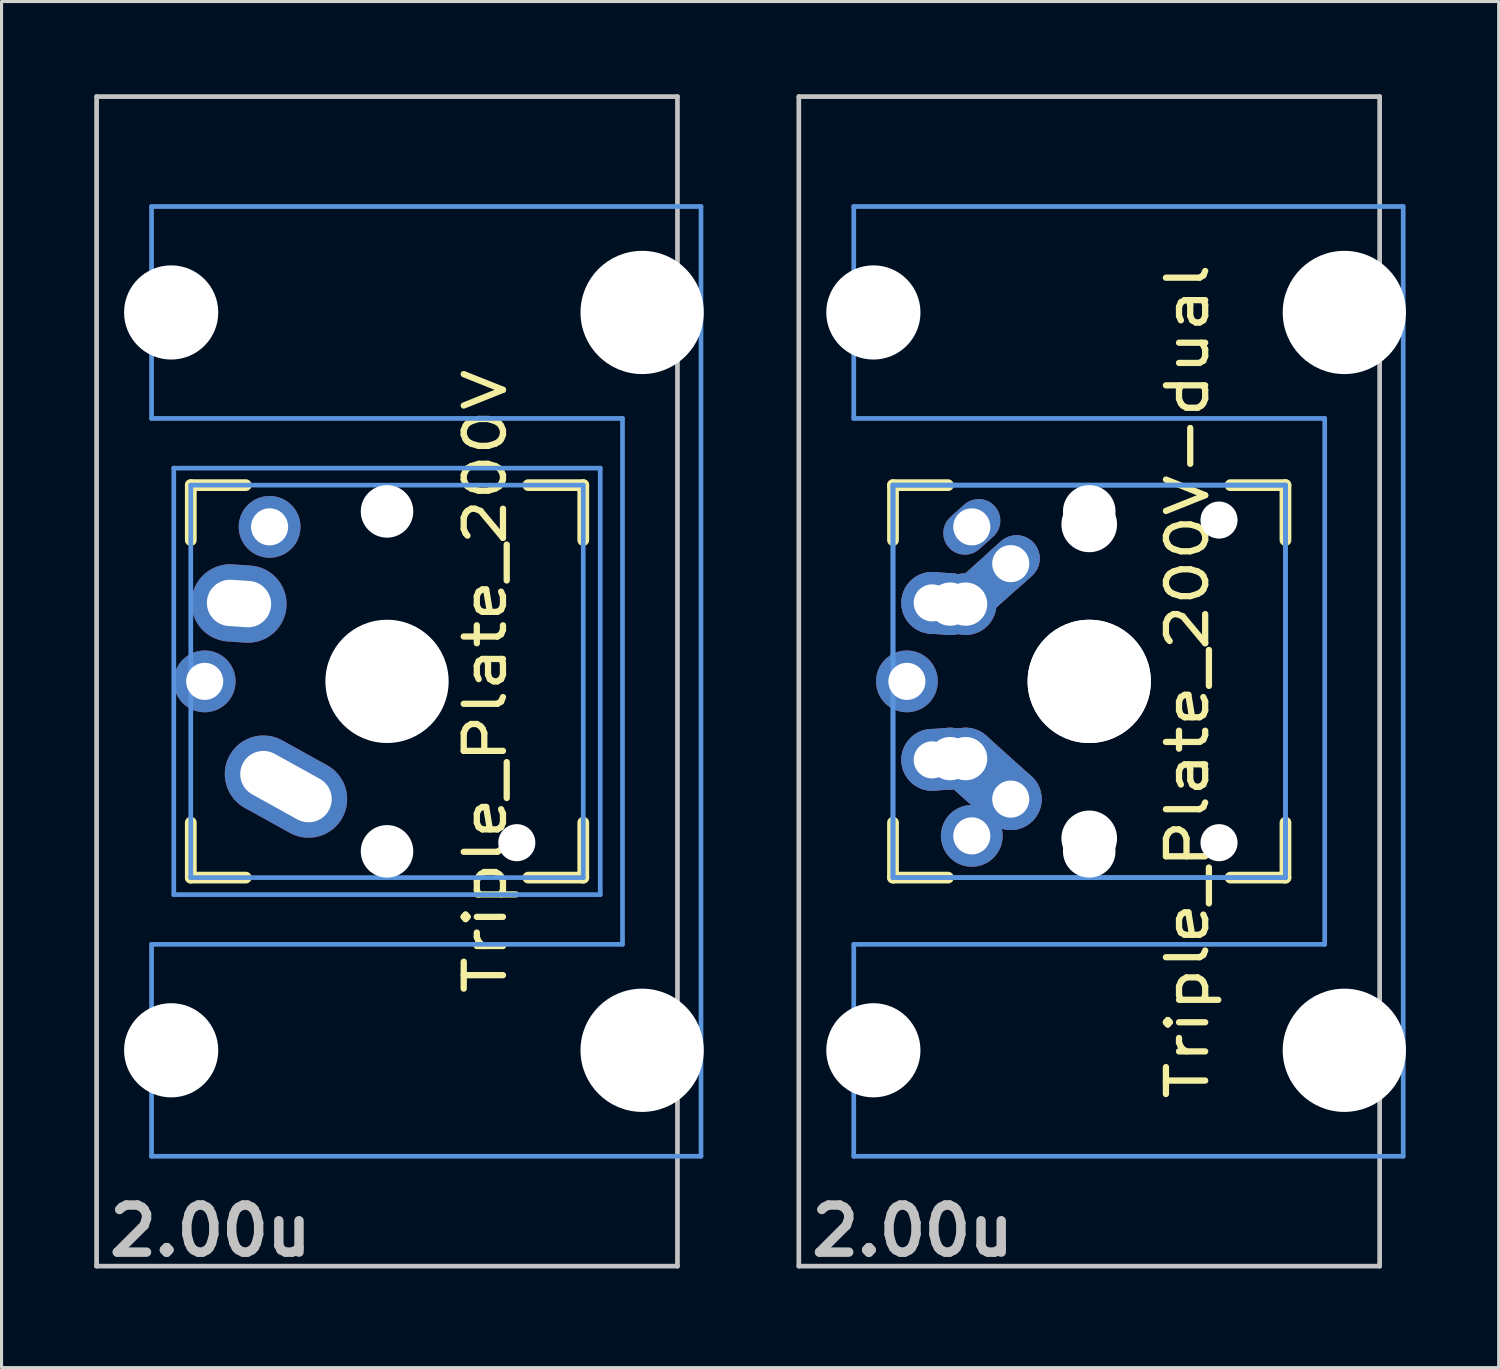
<source format=kicad_pcb>
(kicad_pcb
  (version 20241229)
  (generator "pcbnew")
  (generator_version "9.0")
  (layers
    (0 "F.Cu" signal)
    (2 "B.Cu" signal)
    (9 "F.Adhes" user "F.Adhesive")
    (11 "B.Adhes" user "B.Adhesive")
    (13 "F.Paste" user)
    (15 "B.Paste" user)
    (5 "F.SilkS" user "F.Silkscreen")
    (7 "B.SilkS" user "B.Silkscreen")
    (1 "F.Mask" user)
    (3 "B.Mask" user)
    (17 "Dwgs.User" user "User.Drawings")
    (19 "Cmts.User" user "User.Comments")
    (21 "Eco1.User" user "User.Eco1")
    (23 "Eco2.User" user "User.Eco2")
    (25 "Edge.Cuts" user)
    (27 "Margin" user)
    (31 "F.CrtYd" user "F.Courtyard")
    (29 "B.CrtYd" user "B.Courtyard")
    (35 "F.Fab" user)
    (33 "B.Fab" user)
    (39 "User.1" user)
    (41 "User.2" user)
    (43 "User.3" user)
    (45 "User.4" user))
  (footprint "Triple_Plate_200V-dual"
    (layer "F.Cu")
    (at 32.197 18.999)
    (property "Reference" "Triple_Plate_200V-dual" (at 3.175 0 90) (layer "F.SilkS") (effects (font (size 1.27 1.524) (thickness 0.203))))
    (attr through_hole)
    (fp_line (start -6.35 -6.35) (end -4.572 -6.35) (stroke (width 0.381) (type solid)) (layer "F.SilkS"))
    (fp_line (start -6.35 -4.572) (end -6.35 -6.35) (stroke (width 0.381) (type solid)) (layer "F.SilkS"))
    (fp_line (start -6.35 6.35) (end -6.35 4.572) (stroke (width 0.381) (type solid)) (layer "F.SilkS"))
    (fp_line (start -4.572 6.35) (end -6.35 6.35) (stroke (width 0.381) (type solid)) (layer "F.SilkS"))
    (fp_line (start 4.572 -6.35) (end 6.35 -6.35) (stroke (width 0.381) (type solid)) (layer "F.SilkS"))
    (fp_line (start 6.35 -6.35) (end 6.35 -4.572) (stroke (width 0.381) (type solid)) (layer "F.SilkS"))
    (fp_line (start 6.35 4.572) (end 6.35 6.35) (stroke (width 0.381) (type solid)) (layer "F.SilkS"))
    (fp_line (start 6.35 6.35) (end 4.572 6.35) (stroke (width 0.381) (type solid)) (layer "F.SilkS"))
    (fp_line (start -9.398 -18.923) (end 9.398 -18.923) (stroke (width 0.152) (type solid)) (layer "Dwgs.User"))
    (fp_line (start -9.398 18.923) (end -9.398 -18.923) (stroke (width 0.152) (type solid)) (layer "Dwgs.User"))
    (fp_line (start 9.398 -18.923) (end 9.398 18.923) (stroke (width 0.152) (type solid)) (layer "Dwgs.User"))
    (fp_line (start 9.398 18.923) (end -9.398 18.923) (stroke (width 0.152) (type solid)) (layer "Dwgs.User"))
    (fp_line (start -7.62 -15.367) (end -7.62 -8.509) (stroke (width 0.152) (type solid)) (layer "Cmts.User"))
    (fp_line (start -7.62 -8.509) (end 7.62 -8.509) (stroke (width 0.152) (type solid)) (layer "Cmts.User"))
    (fp_line (start -7.62 8.509) (end -7.62 15.367) (stroke (width 0.152) (type solid)) (layer "Cmts.User"))
    (fp_line (start -7.62 15.367) (end 10.16 15.367) (stroke (width 0.152) (type solid)) (layer "Cmts.User"))
    (fp_line (start -6.35 -6.35) (end 6.35 -6.35) (stroke (width 0.152) (type solid)) (layer "Cmts.User"))
    (fp_line (start -6.35 -6.35) (end 6.35 -6.35) (stroke (width 0.152) (type solid)) (layer "Cmts.User"))
    (fp_line (start -6.35 6.35) (end -6.35 -6.35) (stroke (width 0.152) (type solid)) (layer "Cmts.User"))
    (fp_line (start -6.35 6.35) (end -6.35 -6.35) (stroke (width 0.152) (type solid)) (layer "Cmts.User"))
    (fp_line (start 6.35 -6.35) (end 6.35 6.35) (stroke (width 0.152) (type solid)) (layer "Cmts.User"))
    (fp_line (start 6.35 -6.35) (end 6.35 6.35) (stroke (width 0.152) (type solid)) (layer "Cmts.User"))
    (fp_line (start 6.35 6.35) (end -6.35 6.35) (stroke (width 0.152) (type solid)) (layer "Cmts.User"))
    (fp_line (start 6.35 6.35) (end -6.35 6.35) (stroke (width 0.152) (type solid)) (layer "Cmts.User"))
    (fp_line (start 7.62 -8.509) (end 7.62 8.509) (stroke (width 0.152) (type solid)) (layer "Cmts.User"))
    (fp_line (start 7.62 8.509) (end -7.62 8.509) (stroke (width 0.152) (type solid)) (layer "Cmts.User"))
    (fp_line (start 10.16 -15.367) (end -7.62 -15.367) (stroke (width 0.152) (type solid)) (layer "Cmts.User"))
    (fp_line (start 10.16 15.367) (end 10.16 -15.367) (stroke (width 0.152) (type solid)) (layer "Cmts.User"))
    (fp_line (start -7.5 -7.5) (end 7.5 -7.5) (stroke (width 0.152) (type solid)) (layer "Eco2.User"))
    (fp_line (start -7.5 7.5) (end -7.5 -7.5) (stroke (width 0.152) (type solid)) (layer "Eco2.User"))
    (fp_line (start -6.985 -6.985) (end -4.877 -6.985) (stroke (width 0.152) (type solid)) (layer "Eco2.User"))
    (fp_line (start -6.985 -6.985) (end 6.985 -6.985) (stroke (width 0.152) (type solid)) (layer "Eco2.User"))
    (fp_line (start -6.985 6.985) (end -6.985 -6.985) (stroke (width 0.152) (type solid)) (layer "Eco2.User"))
    (fp_line (start -6.985 6.985) (end -6.985 -6.985) (stroke (width 0.152) (type solid)) (layer "Eco2.User"))
    (fp_line (start -5.69 -15.265) (end -2.286 -15.265) (stroke (width 0.152) (type solid)) (layer "Eco2.User"))
    (fp_line (start -5.69 -8.611) (end -5.69 -15.265) (stroke (width 0.152) (type solid)) (layer "Eco2.User"))
    (fp_line (start -5.69 8.611) (end -4.877 8.611) (stroke (width 0.152) (type solid)) (layer "Eco2.User"))
    (fp_line (start -5.69 15.265) (end -5.69 8.611) (stroke (width 0.152) (type solid)) (layer "Eco2.User"))
    (fp_line (start -4.877 -8.611) (end -5.69 -8.611) (stroke (width 0.152) (type solid)) (layer "Eco2.User"))
    (fp_line (start -4.877 -6.985) (end -4.877 -8.611) (stroke (width 0.152) (type solid)) (layer "Eco2.User"))
    (fp_line (start -4.877 6.985) (end -6.985 6.985) (stroke (width 0.152) (type solid)) (layer "Eco2.User"))
    (fp_line (start -4.877 8.611) (end -4.877 6.985) (stroke (width 0.152) (type solid)) (layer "Eco2.User"))
    (fp_line (start -2.286 -16.129) (end 0.508 -16.129) (stroke (width 0.152) (type solid)) (layer "Eco2.User"))
    (fp_line (start -2.286 -15.265) (end -2.286 -16.129) (stroke (width 0.152) (type solid)) (layer "Eco2.User"))
    (fp_line (start -2.286 15.265) (end -5.69 15.265) (stroke (width 0.152) (type solid)) (layer "Eco2.User"))
    (fp_line (start -2.286 16.129) (end -2.286 15.265) (stroke (width 0.152) (type solid)) (layer "Eco2.User"))
    (fp_line (start 0.508 -16.129) (end 0.508 -15.265) (stroke (width 0.152) (type solid)) (layer "Eco2.User"))
    (fp_line (start 0.508 -15.265) (end 6.604 -15.265) (stroke (width 0.152) (type solid)) (layer "Eco2.User"))
    (fp_line (start 0.508 15.265) (end 0.508 16.129) (stroke (width 0.152) (type solid)) (layer "Eco2.User"))
    (fp_line (start 0.508 16.129) (end -2.286 16.129) (stroke (width 0.152) (type solid)) (layer "Eco2.User"))
    (fp_line (start 5.817 -8.611) (end 5.817 -6.985) (stroke (width 0.152) (type solid)) (layer "Eco2.User"))
    (fp_line (start 5.817 -6.985) (end 6.985 -6.985) (stroke (width 0.152) (type solid)) (layer "Eco2.User"))
    (fp_line (start 5.817 6.985) (end 5.817 8.611) (stroke (width 0.152) (type solid)) (layer "Eco2.User"))
    (fp_line (start 5.817 8.611) (end 6.604 8.611) (stroke (width 0.152) (type solid)) (layer "Eco2.User"))
    (fp_line (start 6.604 -15.265) (end 6.604 -14.224) (stroke (width 0.152) (type solid)) (layer "Eco2.User"))
    (fp_line (start 6.604 -14.224) (end 7.772 -14.224) (stroke (width 0.152) (type solid)) (layer "Eco2.User"))
    (fp_line (start 6.604 -9.652) (end 6.604 -8.611) (stroke (width 0.152) (type solid)) (layer "Eco2.User"))
    (fp_line (start 6.604 -8.611) (end 5.817 -8.611) (stroke (width 0.152) (type solid)) (layer "Eco2.User"))
    (fp_line (start 6.604 8.611) (end 6.604 9.652) (stroke (width 0.152) (type solid)) (layer "Eco2.User"))
    (fp_line (start 6.604 9.652) (end 7.772 9.652) (stroke (width 0.152) (type solid)) (layer "Eco2.User"))
    (fp_line (start 6.604 14.224) (end 6.604 15.265) (stroke (width 0.152) (type solid)) (layer "Eco2.User"))
    (fp_line (start 6.604 15.265) (end 0.508 15.265) (stroke (width 0.152) (type solid)) (layer "Eco2.User"))
    (fp_line (start 6.985 -6.985) (end 6.985 6.985) (stroke (width 0.152) (type solid)) (layer "Eco2.User"))
    (fp_line (start 6.985 -6.985) (end 6.985 6.985) (stroke (width 0.152) (type solid)) (layer "Eco2.User"))
    (fp_line (start 6.985 6.985) (end -6.985 6.985) (stroke (width 0.152) (type solid)) (layer "Eco2.User"))
    (fp_line (start 6.985 6.985) (end 5.817 6.985) (stroke (width 0.152) (type solid)) (layer "Eco2.User"))
    (fp_line (start 7.5 -7.5) (end 7.5 7.5) (stroke (width 0.152) (type solid)) (layer "Eco2.User"))
    (fp_line (start 7.5 7.5) (end -7.5 7.5) (stroke (width 0.152) (type solid)) (layer "Eco2.User"))
    (fp_line (start 7.772 -14.224) (end 7.772 -9.652) (stroke (width 0.152) (type solid)) (layer "Eco2.User"))
    (fp_line (start 7.772 -9.652) (end 6.604 -9.652) (stroke (width 0.152) (type solid)) (layer "Eco2.User"))
    (fp_line (start 7.772 9.652) (end 7.772 14.224) (stroke (width 0.152) (type solid)) (layer "Eco2.User"))
    (fp_line (start 7.772 14.224) (end 6.604 14.224) (stroke (width 0.152) (type solid)) (layer "Eco2.User"))
    (fp_text user "2.00u" (at -5.715 17.78 0) (layer "Dwgs.User") (effects (font (size 1.524 1.524) (thickness 0.305))))
    (pad "" np_thru_hole circle (at -6.985 -11.938 90) (size 3.048 3.048) (drill 3.048) (layers "*.Cu"))
    (pad "" np_thru_hole circle (at -6.985 11.938 90) (size 3.048 3.048) (drill 3.048) (layers "*.Cu"))
    (pad "" np_thru_hole circle (at 0 -5.5 90) (size 1.7 1.7) (drill 1.7) (layers "*.Cu"))
    (pad "" np_thru_hole circle (at 0 -5.08 90) (size 1.8 1.8) (drill 1.8) (layers "*.Cu"))
    (pad "" np_thru_hole circle (at 0 0 90) (size 3.988 3.988) (drill 3.988) (layers "*.Cu"))
    (pad "" np_thru_hole circle (at 0 0 90) (size 3.988 3.988) (drill 3.988) (layers "*.Cu"))
    (pad "" np_thru_hole circle (at 0 5.08 90) (size 1.8 1.8) (drill 1.8) (layers "*.Cu"))
    (pad "" np_thru_hole circle (at 0 5.5 90) (size 1.7 1.7) (drill 1.7) (layers "*.Cu"))
    (pad "" np_thru_hole circle (at 4.2 -5.22 90) (size 1.2 1.2) (drill 1.2) (layers "*.Cu"))
    (pad "" np_thru_hole circle (at 4.2 5.22 90) (size 1.2 1.2) (drill 1.2) (layers "*.Cu"))
    (pad "" np_thru_hole circle (at 8.255 -11.938 90) (size 3.988 3.988) (drill 3.988) (layers "*.Cu"))
    (pad "" np_thru_hole circle (at 8.255 11.938 90) (size 3.988 3.988) (drill 3.988) (layers "*.Cu"))
    (pad "1" thru_hole circle (at -5.08 2.54 60.95) (size 2 2) (drill 1.2) (layers "*.Cu" "*.Mask"))
    (pad "1" smd oval (at -4.79 2.52 93.945) (size 2 2.581) (layers "F.Cu" "F.Mask" "F.Paste"))
    (pad "1" smd oval (at -4.79 2.52 93.945) (size 2 2.581) (layers "B.Cu" "B.Mask" "B.Paste"))
    (pad "1" thru_hole circle (at -4.5 2.5 60.95) (size 2 2) (drill 1.4) (layers "*.Cu" "*.Mask"))
    (pad "1" thru_hole circle (at -4 2.5 60.95) (size 2 2) (drill 1.4) (layers "*.Cu" "*.Mask"))
    (pad "1" thru_hole oval (at -3.8 -5 311.9) (size 1.4 2) (drill 1.2) (layers "*.Cu" "*.Mask"))
    (pad "1" thru_hole circle (at -3.8 5 228.1) (size 2 2) (drill 1.2) (layers "*.Cu" "*.Mask"))
    (pad "1" smd oval (at -3.27 3.155 228.1) (size 2 3.962) (layers "F.Cu" "F.Mask" "F.Paste"))
    (pad "1" smd oval (at -3.27 3.155 228.1) (size 2 3.962) (layers "B.Cu" "B.Mask" "B.Paste"))
    (pad "1" thru_hole circle (at -2.54 3.81 90) (size 2 2) (drill oval 1.2) (layers "*.Cu" "*.Mask"))
    (pad "2" thru_hole circle (at -5.9 0 90) (size 2 2) (drill 1.2) (layers "*.Cu" "*.Mask"))
    (pad "2" thru_hole circle (at -5.08 -2.54 60.95) (size 2 2) (drill 1.2) (layers "*.Cu" "*.Mask"))
    (pad "2" smd oval (at -4.79 -2.52 86.055) (size 2 2.581) (layers "F.Cu" "F.Mask" "F.Paste"))
    (pad "2" smd oval (at -4.79 -2.52 86.055) (size 2 2.581) (layers "B.Cu" "B.Mask" "B.Paste"))
    (pad "2" thru_hole circle (at -4.5 -2.5 60.95) (size 2 2) (drill 1.4) (layers "*.Cu" "*.Mask"))
    (pad "2" thru_hole circle (at -4 -2.5 90) (size 2 2) (drill 1.4) (layers "*.Cu" "*.Mask"))
    (pad "2" smd oval (at -3.27 -3.155 311.9) (size 1.5 3.962) (layers "F.Cu" "F.Mask" "F.Paste"))
    (pad "2" smd oval (at -3.27 -3.155 311.9) (size 1.5 3.962) (layers "B.Cu" "B.Mask" "B.Paste"))
    (pad "2" thru_hole oval (at -2.54 -3.81 41.9) (size 2 1.5) (drill 1.2) (layers "*.Cu" "*.Mask")))
  (footprint "Triple_Plate_200V"
    (layer "F.Cu")
    (at 9.474 18.999)
    (property "Reference" "Triple_Plate_200V" (at 3.175 0 90) (layer "F.SilkS") (effects (font (size 1.27 1.524) (thickness 0.203))))
    (attr through_hole)
    (fp_line (start -6.35 -6.35) (end -4.572 -6.35) (stroke (width 0.381) (type solid)) (layer "F.SilkS"))
    (fp_line (start -6.35 -4.572) (end -6.35 -6.35) (stroke (width 0.381) (type solid)) (layer "F.SilkS"))
    (fp_line (start -6.35 6.35) (end -6.35 4.572) (stroke (width 0.381) (type solid)) (layer "F.SilkS"))
    (fp_line (start -4.572 6.35) (end -6.35 6.35) (stroke (width 0.381) (type solid)) (layer "F.SilkS"))
    (fp_line (start 4.572 -6.35) (end 6.35 -6.35) (stroke (width 0.381) (type solid)) (layer "F.SilkS"))
    (fp_line (start 6.35 -6.35) (end 6.35 -4.572) (stroke (width 0.381) (type solid)) (layer "F.SilkS"))
    (fp_line (start 6.35 4.572) (end 6.35 6.35) (stroke (width 0.381) (type solid)) (layer "F.SilkS"))
    (fp_line (start 6.35 6.35) (end 4.572 6.35) (stroke (width 0.381) (type solid)) (layer "F.SilkS"))
    (fp_line (start -9.398 -18.923) (end 9.398 -18.923) (stroke (width 0.152) (type solid)) (layer "Dwgs.User"))
    (fp_line (start -9.398 18.923) (end -9.398 -18.923) (stroke (width 0.152) (type solid)) (layer "Dwgs.User"))
    (fp_line (start 9.398 -18.923) (end 9.398 18.923) (stroke (width 0.152) (type solid)) (layer "Dwgs.User"))
    (fp_line (start 9.398 18.923) (end -9.398 18.923) (stroke (width 0.152) (type solid)) (layer "Dwgs.User"))
    (fp_line (start -7.62 -15.367) (end -7.62 -8.509) (stroke (width 0.152) (type solid)) (layer "Cmts.User"))
    (fp_line (start -7.62 -8.509) (end 7.62 -8.509) (stroke (width 0.152) (type solid)) (layer "Cmts.User"))
    (fp_line (start -7.62 8.509) (end -7.62 15.367) (stroke (width 0.152) (type solid)) (layer "Cmts.User"))
    (fp_line (start -7.62 15.367) (end 10.16 15.367) (stroke (width 0.152) (type solid)) (layer "Cmts.User"))
    (fp_line (start -6.9 -6.9) (end 6.9 -6.9) (stroke (width 0.152) (type solid)) (layer "Cmts.User"))
    (fp_line (start -6.9 6.9) (end -6.9 -6.9) (stroke (width 0.152) (type solid)) (layer "Cmts.User"))
    (fp_line (start -6.35 -6.35) (end 6.35 -6.35) (stroke (width 0.152) (type solid)) (layer "Cmts.User"))
    (fp_line (start -6.35 6.35) (end -6.35 -6.35) (stroke (width 0.152) (type solid)) (layer "Cmts.User"))
    (fp_line (start 6.35 -6.35) (end 6.35 6.35) (stroke (width 0.152) (type solid)) (layer "Cmts.User"))
    (fp_line (start 6.35 6.35) (end -6.35 6.35) (stroke (width 0.152) (type solid)) (layer "Cmts.User"))
    (fp_line (start 6.9 -6.9) (end 6.9 6.9) (stroke (width 0.152) (type solid)) (layer "Cmts.User"))
    (fp_line (start 6.9 6.9) (end -6.9 6.9) (stroke (width 0.152) (type solid)) (layer "Cmts.User"))
    (fp_line (start 7.62 -8.509) (end 7.62 8.509) (stroke (width 0.152) (type solid)) (layer "Cmts.User"))
    (fp_line (start 7.62 8.509) (end -7.62 8.509) (stroke (width 0.152) (type solid)) (layer "Cmts.User"))
    (fp_line (start 10.16 -15.367) (end -7.62 -15.367) (stroke (width 0.152) (type solid)) (layer "Cmts.User"))
    (fp_line (start 10.16 15.367) (end 10.16 -15.367) (stroke (width 0.152) (type solid)) (layer "Cmts.User"))
    (fp_line (start -7.5 -7.5) (end 7.5 -7.5) (stroke (width 0.152) (type solid)) (layer "Eco2.User"))
    (fp_line (start -7.5 7.5) (end -7.5 -7.5) (stroke (width 0.152) (type solid)) (layer "Eco2.User"))
    (fp_line (start -6.985 -6.985) (end -4.877 -6.985) (stroke (width 0.152) (type solid)) (layer "Eco2.User"))
    (fp_line (start -6.985 6.985) (end -6.985 -6.985) (stroke (width 0.152) (type solid)) (layer "Eco2.User"))
    (fp_line (start -5.69 -15.265) (end -2.286 -15.265) (stroke (width 0.152) (type solid)) (layer "Eco2.User"))
    (fp_line (start -5.69 -8.611) (end -5.69 -15.265) (stroke (width 0.152) (type solid)) (layer "Eco2.User"))
    (fp_line (start -5.69 8.611) (end -4.877 8.611) (stroke (width 0.152) (type solid)) (layer "Eco2.User"))
    (fp_line (start -5.69 15.265) (end -5.69 8.611) (stroke (width 0.152) (type solid)) (layer "Eco2.User"))
    (fp_line (start -4.877 -8.611) (end -5.69 -8.611) (stroke (width 0.152) (type solid)) (layer "Eco2.User"))
    (fp_line (start -4.877 -6.985) (end -4.877 -8.611) (stroke (width 0.152) (type solid)) (layer "Eco2.User"))
    (fp_line (start -4.877 6.985) (end -6.985 6.985) (stroke (width 0.152) (type solid)) (layer "Eco2.User"))
    (fp_line (start -4.877 8.611) (end -4.877 6.985) (stroke (width 0.152) (type solid)) (layer "Eco2.User"))
    (fp_line (start -2.286 -16.129) (end 0.508 -16.129) (stroke (width 0.152) (type solid)) (layer "Eco2.User"))
    (fp_line (start -2.286 -15.265) (end -2.286 -16.129) (stroke (width 0.152) (type solid)) (layer "Eco2.User"))
    (fp_line (start -2.286 15.265) (end -5.69 15.265) (stroke (width 0.152) (type solid)) (layer "Eco2.User"))
    (fp_line (start -2.286 16.129) (end -2.286 15.265) (stroke (width 0.152) (type solid)) (layer "Eco2.User"))
    (fp_line (start 0.508 -16.129) (end 0.508 -15.265) (stroke (width 0.152) (type solid)) (layer "Eco2.User"))
    (fp_line (start 0.508 -15.265) (end 6.604 -15.265) (stroke (width 0.152) (type solid)) (layer "Eco2.User"))
    (fp_line (start 0.508 15.265) (end 0.508 16.129) (stroke (width 0.152) (type solid)) (layer "Eco2.User"))
    (fp_line (start 0.508 16.129) (end -2.286 16.129) (stroke (width 0.152) (type solid)) (layer "Eco2.User"))
    (fp_line (start 5.817 -8.611) (end 5.817 -6.985) (stroke (width 0.152) (type solid)) (layer "Eco2.User"))
    (fp_line (start 5.817 -6.985) (end 6.985 -6.985) (stroke (width 0.152) (type solid)) (layer "Eco2.User"))
    (fp_line (start 5.817 6.985) (end 5.817 8.611) (stroke (width 0.152) (type solid)) (layer "Eco2.User"))
    (fp_line (start 5.817 8.611) (end 6.604 8.611) (stroke (width 0.152) (type solid)) (layer "Eco2.User"))
    (fp_line (start 6.604 -15.265) (end 6.604 -14.224) (stroke (width 0.152) (type solid)) (layer "Eco2.User"))
    (fp_line (start 6.604 -14.224) (end 7.772 -14.224) (stroke (width 0.152) (type solid)) (layer "Eco2.User"))
    (fp_line (start 6.604 -9.652) (end 6.604 -8.611) (stroke (width 0.152) (type solid)) (layer "Eco2.User"))
    (fp_line (start 6.604 -8.611) (end 5.817 -8.611) (stroke (width 0.152) (type solid)) (layer "Eco2.User"))
    (fp_line (start 6.604 8.611) (end 6.604 9.652) (stroke (width 0.152) (type solid)) (layer "Eco2.User"))
    (fp_line (start 6.604 9.652) (end 7.772 9.652) (stroke (width 0.152) (type solid)) (layer "Eco2.User"))
    (fp_line (start 6.604 14.224) (end 6.604 15.265) (stroke (width 0.152) (type solid)) (layer "Eco2.User"))
    (fp_line (start 6.604 15.265) (end 0.508 15.265) (stroke (width 0.152) (type solid)) (layer "Eco2.User"))
    (fp_line (start 6.985 -6.985) (end 6.985 6.985) (stroke (width 0.152) (type solid)) (layer "Eco2.User"))
    (fp_line (start 6.985 6.985) (end 5.817 6.985) (stroke (width 0.152) (type solid)) (layer "Eco2.User"))
    (fp_line (start 7.5 -7.5) (end 7.5 7.5) (stroke (width 0.152) (type solid)) (layer "Eco2.User"))
    (fp_line (start 7.5 7.5) (end -7.5 7.5) (stroke (width 0.152) (type solid)) (layer "Eco2.User"))
    (fp_line (start 7.772 -14.224) (end 7.772 -9.652) (stroke (width 0.152) (type solid)) (layer "Eco2.User"))
    (fp_line (start 7.772 -9.652) (end 6.604 -9.652) (stroke (width 0.152) (type solid)) (layer "Eco2.User"))
    (fp_line (start 7.772 9.652) (end 7.772 14.224) (stroke (width 0.152) (type solid)) (layer "Eco2.User"))
    (fp_line (start 7.772 14.224) (end 6.604 14.224) (stroke (width 0.152) (type solid)) (layer "Eco2.User"))
    (fp_text user "2.00u" (at -5.715 17.78 0) (layer "Dwgs.User") (effects (font (size 1.524 1.524) (thickness 0.305))))
    (pad "" np_thru_hole circle (at -6.985 -11.938 90) (size 3.048 3.048) (drill 3.048) (layers "*.Cu"))
    (pad "" np_thru_hole circle (at -6.985 11.938 90) (size 3.048 3.048) (drill 3.048) (layers "*.Cu"))
    (pad "" np_thru_hole circle (at 0 -5.5 90) (size 1.7 1.7) (drill 1.7) (layers "*.Cu"))
    (pad "" np_thru_hole circle (at 0 0 90) (size 3.4 3.4) (drill 3.4) (layers "*.Cu"))
    (pad "" np_thru_hole circle (at 0 0 90) (size 3.988 3.988) (drill 3.988) (layers "*.Cu"))
    (pad "" np_thru_hole circle (at 0 5.5 90) (size 1.7 1.7) (drill 1.7) (layers "*.Cu"))
    (pad "" np_thru_hole circle (at 4.2 5.22 90) (size 1.2 1.2) (drill 1.2) (layers "*.Cu"))
    (pad "" np_thru_hole circle (at 8.255 -11.938 90) (size 3.988 3.988) (drill 3.988) (layers "*.Cu"))
    (pad "" np_thru_hole circle (at 8.255 11.938 90) (size 3.988 3.988) (drill 3.988) (layers "*.Cu"))
    (pad "1" thru_hole circle (at -5.9 0 90) (size 2 2) (drill 1.2) (layers "*.Cu" "*.Mask"))
    (pad "1" thru_hole oval (at -3.27 3.405 61) (size 2.5 4.17) (drill oval 1.5 3.17) (layers "*.Cu" "*.Mask"))
    (pad "2" thru_hole oval (at -4.79 -2.52 86.1) (size 2.5 3.08) (drill oval 1.5 2.08) (layers "*.Cu" "*.Mask"))
    (pad "2" thru_hole circle (at -3.8 -5 311.9) (size 2 2) (drill 1.2) (layers "*.Cu" "*.Mask")))
  (gr_rect
    (start -3 -3)
    (end 45.446 41.206)
    (stroke (width 0.1) (type default))
    (fill no)
    (layer "Edge.Cuts")))
</source>
